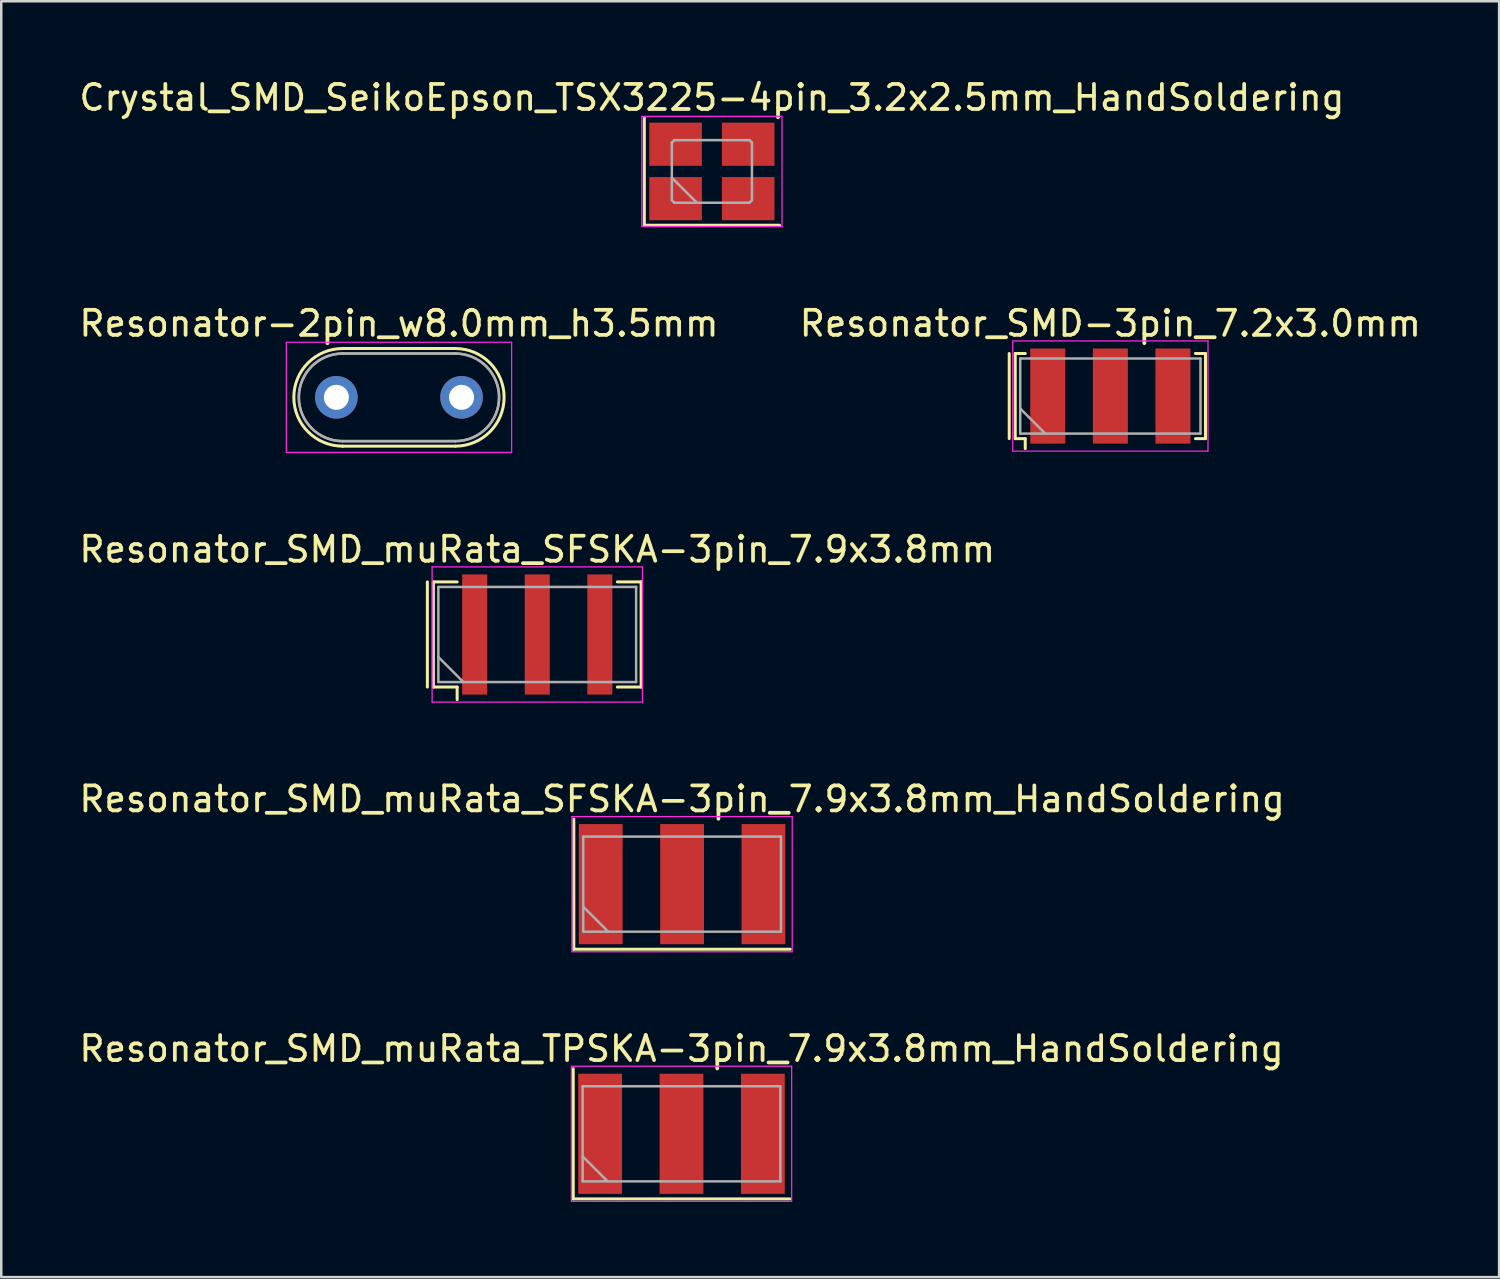
<source format=kicad_pcb>
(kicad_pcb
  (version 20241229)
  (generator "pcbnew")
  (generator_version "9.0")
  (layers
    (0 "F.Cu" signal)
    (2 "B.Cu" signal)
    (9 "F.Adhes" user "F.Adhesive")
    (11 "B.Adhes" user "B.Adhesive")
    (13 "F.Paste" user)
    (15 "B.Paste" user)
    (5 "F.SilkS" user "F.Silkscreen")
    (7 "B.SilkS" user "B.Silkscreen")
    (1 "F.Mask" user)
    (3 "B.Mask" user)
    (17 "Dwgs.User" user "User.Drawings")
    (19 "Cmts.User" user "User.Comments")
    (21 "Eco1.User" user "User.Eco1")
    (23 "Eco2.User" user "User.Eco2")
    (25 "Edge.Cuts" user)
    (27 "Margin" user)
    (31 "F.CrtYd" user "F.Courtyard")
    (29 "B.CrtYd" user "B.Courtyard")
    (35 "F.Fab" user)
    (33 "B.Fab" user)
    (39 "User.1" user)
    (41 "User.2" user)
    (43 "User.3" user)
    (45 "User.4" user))
  (footprint "Crystal_SMD_SeikoEpson_TSX3225-4pin_3.2x2.5mm_HandSoldering"
    (layer "F.Cu")
    (at 25.387 3.798)
    (property "Reference" "Crystal_SMD_SeikoEpson_TSX3225-4pin_3.2x2.5mm_HandSoldering" (at 0 -2.95 0) (layer "F.SilkS") (effects (font (size 1 1) (thickness 0.15))))
    (attr smd)
    (fp_line (start -2.7 -2.15) (end -2.7 2.15) (stroke (width 0.12) (type solid)) (layer "F.SilkS"))
    (fp_line (start -2.7 2.15) (end 2.7 2.15) (stroke (width 0.12) (type solid)) (layer "F.SilkS"))
    (fp_line (start -2.8 -2.2) (end -2.8 2.2) (stroke (width 0.05) (type solid)) (layer "F.CrtYd"))
    (fp_line (start -2.8 2.2) (end 2.8 2.2) (stroke (width 0.05) (type solid)) (layer "F.CrtYd"))
    (fp_line (start 2.8 -2.2) (end -2.8 -2.2) (stroke (width 0.05) (type solid)) (layer "F.CrtYd"))
    (fp_line (start 2.8 2.2) (end 2.8 -2.2) (stroke (width 0.05) (type solid)) (layer "F.CrtYd"))
    (fp_line (start -1.6 -1.15) (end -1.5 -1.25) (stroke (width 0.1) (type solid)) (layer "F.Fab"))
    (fp_line (start -1.6 0.25) (end -0.6 1.25) (stroke (width 0.1) (type solid)) (layer "F.Fab"))
    (fp_line (start -1.6 1.15) (end -1.6 -1.15) (stroke (width 0.1) (type solid)) (layer "F.Fab"))
    (fp_line (start -1.5 -1.25) (end 1.5 -1.25) (stroke (width 0.1) (type solid)) (layer "F.Fab"))
    (fp_line (start -1.5 1.25) (end -1.6 1.15) (stroke (width 0.1) (type solid)) (layer "F.Fab"))
    (fp_line (start 1.5 -1.25) (end 1.6 -1.15) (stroke (width 0.1) (type solid)) (layer "F.Fab"))
    (fp_line (start 1.5 1.25) (end -1.5 1.25) (stroke (width 0.1) (type solid)) (layer "F.Fab"))
    (fp_line (start 1.6 -1.15) (end 1.6 1.15) (stroke (width 0.1) (type solid)) (layer "F.Fab"))
    (fp_line (start 1.6 1.15) (end 1.5 1.25) (stroke (width 0.1) (type solid)) (layer "F.Fab"))
    (pad "1" smd rect (at -1.45 1.087) (size 2.1 1.725) (layers "F.Cu" "F.Mask"))
    (pad "2" smd rect (at 1.45 1.087) (size 2.1 1.725) (layers "F.Cu" "F.Mask"))
    (pad "3" smd rect (at 1.45 -1.087) (size 2.1 1.725) (layers "F.Cu" "F.Mask"))
    (pad "4" smd rect (at -1.45 -1.087) (size 2.1 1.725) (layers "F.Cu" "F.Mask")))
  (footprint "Resonator-2pin_w8.0mm_h3.5mm"
    (layer "F.Cu")
    (at 10.387 12.822)
    (property "Reference" "Resonator-2pin_w8.0mm_h3.5mm" (at 2.5 -2.95 0) (layer "F.SilkS") (effects (font (size 1 1) (thickness 0.15))))
    (attr through_hole)
    (fp_line (start 0.25 -1.95) (end 4.75 -1.95) (stroke (width 0.12) (type solid)) (layer "F.SilkS"))
    (fp_line (start 0.25 1.95) (end 4.75 1.95) (stroke (width 0.12) (type solid)) (layer "F.SilkS"))
    (fp_arc (start 0.25 1.95) (mid -1.7 0) (end 0.25 -1.95) (stroke (width 0.12) (type solid)) (layer "F.SilkS"))
    (fp_arc (start 4.75 -1.95) (mid 6.7 0) (end 4.75 1.95) (stroke (width 0.12) (type solid)) (layer "F.SilkS"))
    (fp_line (start -2 -2.2) (end -2 2.2) (stroke (width 0.05) (type solid)) (layer "F.CrtYd"))
    (fp_line (start -2 2.2) (end 7 2.2) (stroke (width 0.05) (type solid)) (layer "F.CrtYd"))
    (fp_line (start 7 -2.2) (end -2 -2.2) (stroke (width 0.05) (type solid)) (layer "F.CrtYd"))
    (fp_line (start 7 2.2) (end 7 -2.2) (stroke (width 0.05) (type solid)) (layer "F.CrtYd"))
    (fp_line (start 0.25 -1.75) (end 4.75 -1.75) (stroke (width 0.1) (type solid)) (layer "F.Fab"))
    (fp_line (start 0.25 -1.75) (end 4.75 -1.75) (stroke (width 0.1) (type solid)) (layer "F.Fab"))
    (fp_line (start 0.25 1.75) (end 4.75 1.75) (stroke (width 0.1) (type solid)) (layer "F.Fab"))
    (fp_line (start 0.25 1.75) (end 4.75 1.75) (stroke (width 0.1) (type solid)) (layer "F.Fab"))
    (fp_arc (start 0.25 1.75) (mid -1.5 0) (end 0.25 -1.75) (stroke (width 0.1) (type solid)) (layer "F.Fab"))
    (fp_arc (start 0.25 1.75) (mid -1.5 0) (end 0.25 -1.75) (stroke (width 0.1) (type solid)) (layer "F.Fab"))
    (fp_arc (start 4.75 -1.75) (mid 6.5 0) (end 4.75 1.75) (stroke (width 0.1) (type solid)) (layer "F.Fab"))
    (fp_arc (start 4.75 -1.75) (mid 6.5 0) (end 4.75 1.75) (stroke (width 0.1) (type solid)) (layer "F.Fab"))
    (pad "1" thru_hole circle (at 0 0) (size 1.7 1.7) (drill 1) (layers "*.Cu" "*.Mask"))
    (pad "2" thru_hole circle (at 5 0) (size 1.7 1.7) (drill 1) (layers "*.Cu" "*.Mask")))
  (footprint "Resonator_SMD_muRata_SFSKA-3pin_7.9x3.8mm_HandSoldering"
    (layer "F.Cu")
    (at 24.196 32.268)
    (property "Reference" "Resonator_SMD_muRata_SFSKA-3pin_7.9x3.8mm_HandSoldering" (at 0 -3.4 0) (layer "F.SilkS") (effects (font (size 1 1) (thickness 0.15))))
    (attr smd)
    (fp_line (start -4.325 -2.6) (end -4.325 2.6) (stroke (width 0.12) (type solid)) (layer "F.SilkS"))
    (fp_line (start -4.325 2.6) (end 4.325 2.6) (stroke (width 0.12) (type solid)) (layer "F.SilkS"))
    (fp_line (start -4.4 -2.7) (end -4.4 2.7) (stroke (width 0.05) (type solid)) (layer "F.CrtYd"))
    (fp_line (start -4.4 2.7) (end 4.4 2.7) (stroke (width 0.05) (type solid)) (layer "F.CrtYd"))
    (fp_line (start 4.4 -2.7) (end -4.4 -2.7) (stroke (width 0.05) (type solid)) (layer "F.CrtYd"))
    (fp_line (start 4.4 2.7) (end 4.4 -2.7) (stroke (width 0.05) (type solid)) (layer "F.CrtYd"))
    (fp_line (start -3.95 -1.9) (end -3.95 1.9) (stroke (width 0.1) (type solid)) (layer "F.Fab"))
    (fp_line (start -3.95 0.9) (end -2.95 1.9) (stroke (width 0.1) (type solid)) (layer "F.Fab"))
    (fp_line (start -3.95 1.9) (end 3.95 1.9) (stroke (width 0.1) (type solid)) (layer "F.Fab"))
    (fp_line (start 3.95 -1.9) (end -3.95 -1.9) (stroke (width 0.1) (type solid)) (layer "F.Fab"))
    (fp_line (start 3.95 1.9) (end 3.95 -1.9) (stroke (width 0.1) (type solid)) (layer "F.Fab"))
    (pad "1" smd rect (at -3.25 0) (size 1.75 4.8) (layers "F.Cu" "F.Mask"))
    (pad "2" smd rect (at 0 0) (size 1.75 4.8) (layers "F.Cu" "F.Mask"))
    (pad "3" smd rect (at 3.25 0) (size 1.75 4.8) (layers "F.Cu" "F.Mask")))
  (footprint "Resonator_SMD_muRata_TPSKA-3pin_7.9x3.8mm_HandSoldering"
    (layer "F.Cu")
    (at 24.173 42.241)
    (property "Reference" "Resonator_SMD_muRata_TPSKA-3pin_7.9x3.8mm_HandSoldering" (at 0 -3.4 0) (layer "F.SilkS") (effects (font (size 1 1) (thickness 0.15))))
    (attr smd)
    (fp_line (start -4.325 -2.6) (end -4.325 2.6) (stroke (width 0.12) (type solid)) (layer "F.SilkS"))
    (fp_line (start -4.325 2.6) (end 4.325 2.6) (stroke (width 0.12) (type solid)) (layer "F.SilkS"))
    (fp_line (start -4.4 -2.7) (end -4.4 2.7) (stroke (width 0.05) (type solid)) (layer "F.CrtYd"))
    (fp_line (start -4.4 2.7) (end 4.4 2.7) (stroke (width 0.05) (type solid)) (layer "F.CrtYd"))
    (fp_line (start 4.4 -2.7) (end -4.4 -2.7) (stroke (width 0.05) (type solid)) (layer "F.CrtYd"))
    (fp_line (start 4.4 2.7) (end 4.4 -2.7) (stroke (width 0.05) (type solid)) (layer "F.CrtYd"))
    (fp_line (start -3.95 -1.9) (end -3.95 1.9) (stroke (width 0.1) (type solid)) (layer "F.Fab"))
    (fp_line (start -3.95 0.9) (end -2.95 1.9) (stroke (width 0.1) (type solid)) (layer "F.Fab"))
    (fp_line (start -3.95 1.9) (end 3.95 1.9) (stroke (width 0.1) (type solid)) (layer "F.Fab"))
    (fp_line (start 3.95 -1.9) (end -3.95 -1.9) (stroke (width 0.1) (type solid)) (layer "F.Fab"))
    (fp_line (start 3.95 1.9) (end 3.95 -1.9) (stroke (width 0.1) (type solid)) (layer "F.Fab"))
    (pad "1" smd rect (at -3.25 0) (size 1.75 4.8) (layers "F.Cu" "F.Mask"))
    (pad "2" smd rect (at 0 0) (size 1.75 4.8) (layers "F.Cu" "F.Mask"))
    (pad "3" smd rect (at 3.25 0) (size 1.75 4.8) (layers "F.Cu" "F.Mask")))
  (footprint "Resonator_SMD_muRata_SFSKA-3pin_7.9x3.8mm"
    (layer "F.Cu")
    (at 18.411 22.295)
    (property "Reference" "Resonator_SMD_muRata_SFSKA-3pin_7.9x3.8mm" (at 0 -3.4 0) (layer "F.SilkS") (effects (font (size 1 1) (thickness 0.15))))
    (attr smd)
    (fp_line (start -4.39 -2.1) (end -4.39 2.1) (stroke (width 0.12) (type solid)) (layer "F.SilkS"))
    (fp_line (start -4.15 -2.1) (end -3.2 -2.1) (stroke (width 0.12) (type solid)) (layer "F.SilkS"))
    (fp_line (start -4.15 2.1) (end -4.15 -2.1) (stroke (width 0.12) (type solid)) (layer "F.SilkS"))
    (fp_line (start -3.2 2.1) (end -4.15 2.1) (stroke (width 0.12) (type solid)) (layer "F.SilkS"))
    (fp_line (start -3.2 2.6) (end -3.2 2.1) (stroke (width 0.12) (type solid)) (layer "F.SilkS"))
    (fp_line (start 3.2 -2.1) (end 4.15 -2.1) (stroke (width 0.12) (type solid)) (layer "F.SilkS"))
    (fp_line (start 4.15 -2.1) (end 4.15 2.1) (stroke (width 0.12) (type solid)) (layer "F.SilkS"))
    (fp_line (start 4.15 2.1) (end 3.2 2.1) (stroke (width 0.12) (type solid)) (layer "F.SilkS"))
    (fp_line (start -4.2 -2.7) (end -4.2 2.7) (stroke (width 0.05) (type solid)) (layer "F.CrtYd"))
    (fp_line (start -4.2 2.7) (end 4.2 2.7) (stroke (width 0.05) (type solid)) (layer "F.CrtYd"))
    (fp_line (start 4.2 -2.7) (end -4.2 -2.7) (stroke (width 0.05) (type solid)) (layer "F.CrtYd"))
    (fp_line (start 4.2 2.7) (end 4.2 -2.7) (stroke (width 0.05) (type solid)) (layer "F.CrtYd"))
    (fp_line (start -3.95 -1.9) (end -3.95 1.9) (stroke (width 0.1) (type solid)) (layer "F.Fab"))
    (fp_line (start -3.95 0.9) (end -2.95 1.9) (stroke (width 0.1) (type solid)) (layer "F.Fab"))
    (fp_line (start -3.95 1.9) (end 3.95 1.9) (stroke (width 0.1) (type solid)) (layer "F.Fab"))
    (fp_line (start 3.95 -1.9) (end -3.95 -1.9) (stroke (width 0.1) (type solid)) (layer "F.Fab"))
    (fp_line (start 3.95 1.9) (end 3.95 -1.9) (stroke (width 0.1) (type solid)) (layer "F.Fab"))
    (pad "1" smd rect (at -2.5 0) (size 1 4.8) (layers "F.Cu" "F.Mask"))
    (pad "2" smd rect (at 0 0) (size 1 4.8) (layers "F.Cu" "F.Mask"))
    (pad "3" smd rect (at 2.5 0) (size 1 4.8) (layers "F.Cu" "F.Mask")))
  (footprint "Resonator_SMD-3pin_7.2x3.0mm"
    (layer "F.Cu")
    (at 41.304 12.771)
    (property "Reference" "Resonator_SMD-3pin_7.2x3.0mm" (at 0 -2.9 0) (layer "F.SilkS") (effects (font (size 1 1) (thickness 0.15))))
    (attr smd)
    (fp_line (start -4.04 -1.7) (end -4.04 1.7) (stroke (width 0.12) (type solid)) (layer "F.SilkS"))
    (fp_line (start -3.8 -1.7) (end -3.4 -1.7) (stroke (width 0.12) (type solid)) (layer "F.SilkS"))
    (fp_line (start -3.8 1.7) (end -3.8 -1.7) (stroke (width 0.12) (type solid)) (layer "F.SilkS"))
    (fp_line (start -3.4 1.7) (end -3.8 1.7) (stroke (width 0.12) (type solid)) (layer "F.SilkS"))
    (fp_line (start -3.4 2.1) (end -3.4 1.7) (stroke (width 0.12) (type solid)) (layer "F.SilkS"))
    (fp_line (start 3.4 -1.7) (end 3.8 -1.7) (stroke (width 0.12) (type solid)) (layer "F.SilkS"))
    (fp_line (start 3.8 -1.7) (end 3.8 1.7) (stroke (width 0.12) (type solid)) (layer "F.SilkS"))
    (fp_line (start 3.8 1.7) (end 3.4 1.7) (stroke (width 0.12) (type solid)) (layer "F.SilkS"))
    (fp_line (start -3.9 -2.2) (end -3.9 2.2) (stroke (width 0.05) (type solid)) (layer "F.CrtYd"))
    (fp_line (start -3.9 2.2) (end 3.9 2.2) (stroke (width 0.05) (type solid)) (layer "F.CrtYd"))
    (fp_line (start 3.9 -2.2) (end -3.9 -2.2) (stroke (width 0.05) (type solid)) (layer "F.CrtYd"))
    (fp_line (start 3.9 2.2) (end 3.9 -2.2) (stroke (width 0.05) (type solid)) (layer "F.CrtYd"))
    (fp_line (start -3.6 -1.5) (end -3.6 1.5) (stroke (width 0.1) (type solid)) (layer "F.Fab"))
    (fp_line (start -3.6 0.5) (end -2.6 1.5) (stroke (width 0.1) (type solid)) (layer "F.Fab"))
    (fp_line (start -3.6 1.5) (end 3.6 1.5) (stroke (width 0.1) (type solid)) (layer "F.Fab"))
    (fp_line (start 3.6 -1.5) (end -3.6 -1.5) (stroke (width 0.1) (type solid)) (layer "F.Fab"))
    (fp_line (start 3.6 1.5) (end 3.6 -1.5) (stroke (width 0.1) (type solid)) (layer "F.Fab"))
    (pad "1" smd rect (at -2.5 0) (size 1.4 3.8) (layers "F.Cu" "F.Mask"))
    (pad "2" smd rect (at 0 0) (size 1.4 3.8) (layers "F.Cu" "F.Mask"))
    (pad "3" smd rect (at 2.5 0) (size 1.4 3.8) (layers "F.Cu" "F.Mask")))
  (gr_rect
    (start -3 -3)
    (end 56.833 47.966)
    (stroke (width 0.1) (type default))
    (fill no)
    (layer "Edge.Cuts")))
</source>
